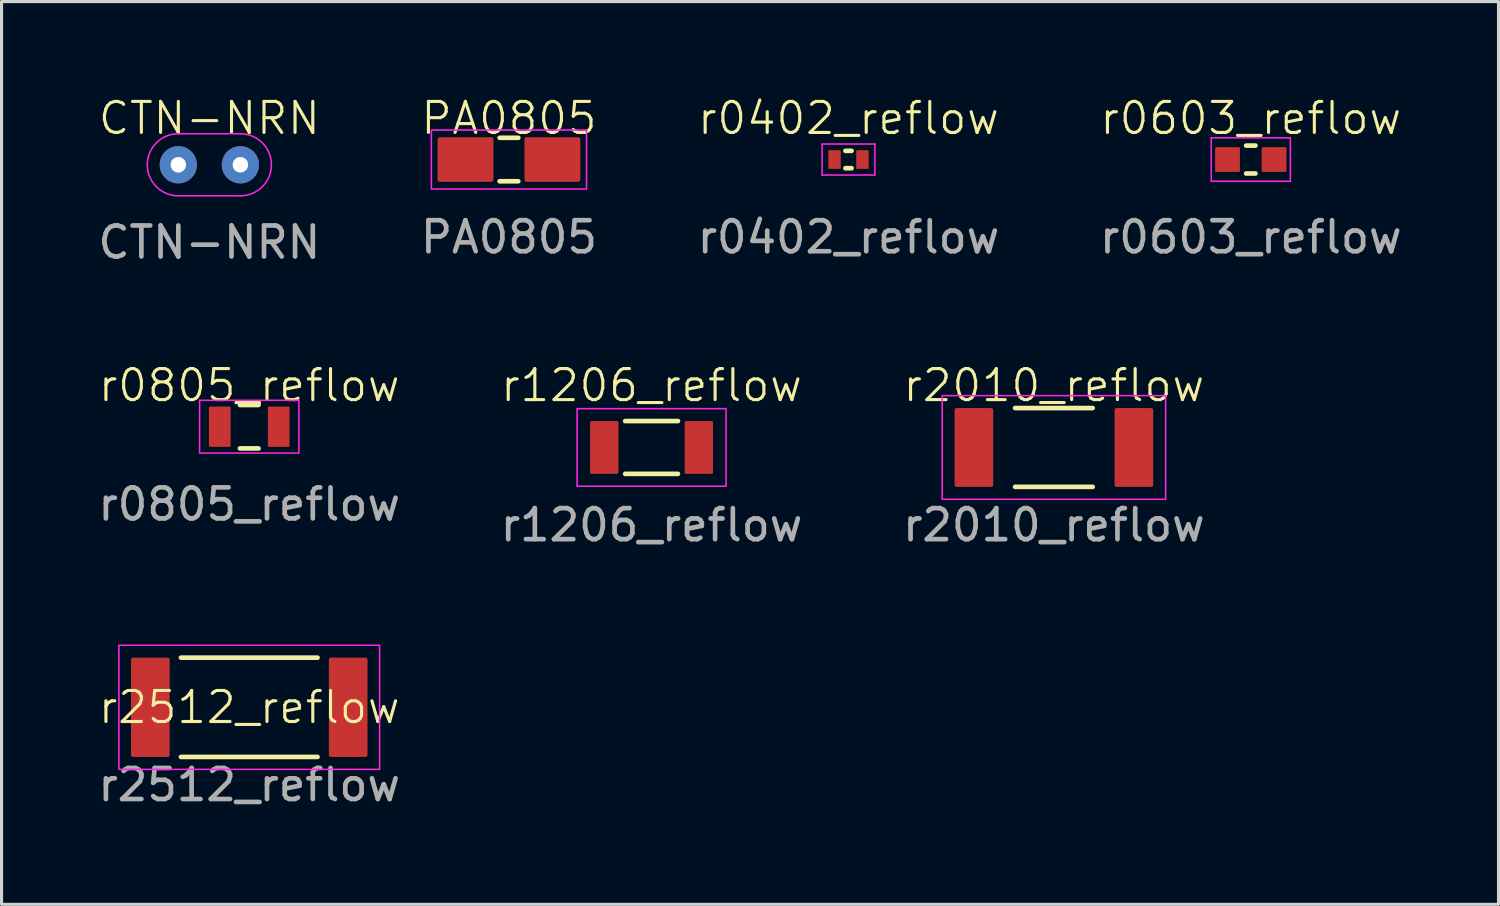
<source format=kicad_pcb>
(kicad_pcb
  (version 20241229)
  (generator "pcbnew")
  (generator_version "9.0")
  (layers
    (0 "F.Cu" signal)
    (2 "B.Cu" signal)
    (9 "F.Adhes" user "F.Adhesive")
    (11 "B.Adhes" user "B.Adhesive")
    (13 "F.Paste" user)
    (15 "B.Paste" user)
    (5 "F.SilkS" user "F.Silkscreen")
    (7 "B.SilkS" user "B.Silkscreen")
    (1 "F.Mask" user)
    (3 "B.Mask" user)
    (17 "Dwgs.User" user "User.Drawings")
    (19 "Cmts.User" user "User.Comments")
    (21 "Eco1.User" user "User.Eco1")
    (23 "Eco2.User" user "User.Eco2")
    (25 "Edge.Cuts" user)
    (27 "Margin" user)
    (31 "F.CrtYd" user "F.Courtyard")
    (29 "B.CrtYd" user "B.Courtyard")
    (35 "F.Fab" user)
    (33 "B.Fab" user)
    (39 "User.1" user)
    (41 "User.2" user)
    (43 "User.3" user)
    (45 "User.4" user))
  (footprint "r2010_reflow"
    (layer "F.Cu")
    (at 30.911 11.369)
    (property "Reference" "r2010_reflow" (at 0 -2 0) (unlocked yes) (layer "F.SilkS") (effects (font (size 1 1) (thickness 0.1))))
    (attr smd)
    (fp_line (start -1.25 -1.27) (end 1.25 -1.27) (stroke (width 0.15) (type default)) (layer "F.SilkS"))
    (fp_line (start -1.25 1.27) (end 1.25 1.27) (stroke (width 0.15) (type default)) (layer "F.SilkS"))
    (fp_rect (start -3.6 1.67) (end 3.6 -1.67) (stroke (width 0.05) (type default)) (fill no) (layer "F.CrtYd"))
    (fp_text user "${REFERENCE}" (at 0 2.5 0) (unlocked yes) (layer "F.Fab") (effects (font (size 1 1) (thickness 0.15))))
    (pad "1" smd roundrect (at -2.578 0) (size 1.245 2.54) (layers "F.Cu" "F.Mask" "F.Paste") (roundrect_rratio 0.05))
    (pad "2" smd roundrect (at 2.578 0) (size 1.245 2.54) (layers "F.Cu" "F.Mask" "F.Paste") (roundrect_rratio 0.05)))
  (footprint "r0402_reflow"
    (layer "F.Cu")
    (at 24.292 2.091)
    (property "Reference" "r0402_reflow" (at 0 -1.331 0) (unlocked yes) (layer "F.SilkS") (effects (font (size 1 1) (thickness 0.1))))
    (attr smd)
    (fp_line (start -0.1 -0.28) (end 0.1 -0.28) (stroke (width 0.15) (type default)) (layer "F.SilkS"))
    (fp_line (start -0.1 0.28) (end 0.1 0.28) (stroke (width 0.15) (type default)) (layer "F.SilkS"))
    (fp_line (start -0.85 -0.5) (end -0.85 0.5) (stroke (width 0.05) (type default)) (layer "F.CrtYd"))
    (fp_line (start -0.85 -0.5) (end 0.85 -0.5) (stroke (width 0.05) (type default)) (layer "F.CrtYd"))
    (fp_line (start -0.85 0.5) (end 0.85 0.5) (stroke (width 0.05) (type default)) (layer "F.CrtYd"))
    (fp_line (start 0.85 -0.5) (end 0.85 0.5) (stroke (width 0.05) (type default)) (layer "F.CrtYd"))
    (fp_text user "${REFERENCE}" (at 0 2.5 0) (unlocked yes) (layer "F.Fab") (effects (font (size 1 1) (thickness 0.15))))
    (pad "1" smd roundrect (at -0.45 0) (size 0.4 0.6) (layers "F.Cu" "F.Mask" "F.Paste") (roundrect_rratio 0.05))
    (pad "2" smd roundrect (at 0.45 0) (size 0.4 0.6) (layers "F.Cu" "F.Mask" "F.Paste") (roundrect_rratio 0.05)))
  (footprint "r0805_reflow"
    (layer "F.Cu")
    (at 4.982 10.7)
    (property "Reference" "r0805_reflow" (at 0 -1.331 0) (unlocked yes) (layer "F.SilkS") (effects (font (size 1 1) (thickness 0.1))))
    (attr smd)
    (fp_line (start -0.3 -0.7) (end 0.3 -0.7) (stroke (width 0.15) (type default)) (layer "F.SilkS"))
    (fp_line (start -0.3 0.7) (end 0.3 0.7) (stroke (width 0.15) (type default)) (layer "F.SilkS"))
    (fp_rect (start -1.6 0.85) (end 1.6 -0.85) (stroke (width 0.05) (type default)) (fill no) (layer "F.CrtYd"))
    (fp_text user "${REFERENCE}" (at 0 2.5 0) (unlocked yes) (layer "F.Fab") (effects (font (size 1 1) (thickness 0.15))))
    (pad "1" smd roundrect (at -0.95 0) (size 0.7 1.3) (layers "F.Cu" "F.Mask" "F.Paste") (roundrect_rratio 0.05))
    (pad "2" smd roundrect (at 0.95 0) (size 0.7 1.3) (layers "F.Cu" "F.Mask" "F.Paste") (roundrect_rratio 0.05)))
  (footprint "CTN-NRN"
    (layer "F.Cu")
    (at 3.696 2.26)
    (property "Reference" "CTN-NRN" (at 0 -1.5 0) (unlocked yes) (layer "F.SilkS") (effects (font (size 1 1) (thickness 0.1))))
    (attr through_hole)
    (fp_line (start -1 -1) (end 1 -1) (stroke (width 0.05) (type default)) (layer "F.CrtYd"))
    (fp_line (start 1 1) (end -1 1) (stroke (width 0.05) (type default)) (layer "F.CrtYd"))
    (fp_arc (start -1 1) (mid -2 0) (end -1 -1) (stroke (width 0.05) (type default)) (layer "F.CrtYd"))
    (fp_arc (start 1 -1) (mid 2 0) (end 1 1) (stroke (width 0.05) (type default)) (layer "F.CrtYd"))
    (fp_text user "${REFERENCE}" (at 0 2.5 0) (unlocked yes) (layer "F.Fab") (effects (font (size 1 1) (thickness 0.15))))
    (pad "1" thru_hole circle (at -1 0) (size 1.2 1.2) (drill 0.5) (layers "*.Cu" "*.Mask"))
    (pad "2" thru_hole circle (at 1 0) (size 1.2 1.2) (drill 0.5) (layers "*.Cu" "*.Mask")))
  (footprint "r1206_reflow"
    (layer "F.Cu")
    (at 17.946 11.369)
    (property "Reference" "r1206_reflow" (at 0 -2 0) (unlocked yes) (layer "F.SilkS") (effects (font (size 1 1) (thickness 0.1))))
    (attr smd)
    (fp_line (start -0.85 -0.851) (end 0.85 -0.851) (stroke (width 0.15) (type default)) (layer "F.SilkS"))
    (fp_line (start -0.85 0.851) (end 0.85 0.851) (stroke (width 0.15) (type default)) (layer "F.SilkS"))
    (fp_rect (start -2.4 1.25) (end 2.4 -1.25) (stroke (width 0.05) (type default)) (fill no) (layer "F.CrtYd"))
    (fp_text user "${REFERENCE}" (at 0 2.5 0) (unlocked yes) (layer "F.Fab") (effects (font (size 1 1) (thickness 0.15))))
    (pad "1" smd roundrect (at -1.524 0) (size 0.914 1.702) (layers "F.Cu" "F.Mask" "F.Paste") (roundrect_rratio 0.05))
    (pad "2" smd roundrect (at 1.524 0) (size 0.914 1.702) (layers "F.Cu" "F.Mask" "F.Paste") (roundrect_rratio 0.05)))
  (footprint "r0603_reflow"
    (layer "F.Cu")
    (at 37.256 2.091)
    (property "Reference" "r0603_reflow" (at 0 -1.331 0) (unlocked yes) (layer "F.SilkS") (effects (font (size 1 1) (thickness 0.1))))
    (attr smd)
    (fp_line (start -0.15 -0.45) (end 0.15 -0.45) (stroke (width 0.15) (type default)) (layer "F.SilkS"))
    (fp_line (start -0.15 0.45) (end 0.15 0.45) (stroke (width 0.15) (type default)) (layer "F.SilkS"))
    (fp_line (start -1.275 -0.7) (end 1.275 -0.7) (stroke (width 0.05) (type default)) (layer "F.CrtYd"))
    (fp_line (start -1.275 0.7) (end -1.275 -0.7) (stroke (width 0.05) (type default)) (layer "F.CrtYd"))
    (fp_line (start 1.275 -0.7) (end 1.275 0.7) (stroke (width 0.05) (type default)) (layer "F.CrtYd"))
    (fp_line (start 1.275 0.7) (end -1.275 0.7) (stroke (width 0.05) (type default)) (layer "F.CrtYd"))
    (fp_text user "${REFERENCE}" (at 0 2.5 0) (unlocked yes) (layer "F.Fab") (effects (font (size 1 1) (thickness 0.15))))
    (pad "1" smd roundrect (at -0.75 0) (size 0.8 0.8) (layers "F.Cu" "F.Mask" "F.Paste") (roundrect_rratio 0.05))
    (pad "2" smd roundrect (at 0.75 0) (size 0.8 0.8) (layers "F.Cu" "F.Mask" "F.Paste") (roundrect_rratio 0.05)))
  (footprint "r2512_reflow"
    (layer "F.Cu")
    (at 4.982 19.742)
    (property "Reference" "r2512_reflow" (at 0 0 0) (unlocked yes) (layer "F.SilkS") (effects (font (size 1 1) (thickness 0.1))))
    (attr smd)
    (fp_line (start -2.2 -1.6) (end 2.2 -1.6) (stroke (width 0.15) (type default)) (layer "F.SilkS"))
    (fp_line (start -2.2 1.6) (end 2.2 1.6) (stroke (width 0.15) (type default)) (layer "F.SilkS"))
    (fp_rect (start -4.2 2) (end 4.2 -2) (stroke (width 0.05) (type default)) (fill no) (layer "F.CrtYd"))
    (fp_text user "${REFERENCE}" (at 0 2.5 0) (unlocked yes) (layer "F.Fab") (effects (font (size 1 1) (thickness 0.15))))
    (pad "1" smd roundrect (at -3.188 0) (size 1.245 3.2) (layers "F.Cu" "F.Mask" "F.Paste") (roundrect_rratio 0.05))
    (pad "2" smd roundrect (at 3.188 0) (size 1.245 3.2) (layers "F.Cu" "F.Mask" "F.Paste") (roundrect_rratio 0.05)))
  (footprint "PA0805"
    (layer "F.Cu")
    (at 13.351 2.091)
    (property "Reference" "PA0805" (at 0 -1.331 0) (unlocked yes) (layer "F.SilkS") (effects (font (size 1 1) (thickness 0.1))))
    (attr smd)
    (fp_line (start -0.3 -0.7) (end 0.3 -0.7) (stroke (width 0.15) (type default)) (layer "F.SilkS"))
    (fp_line (start -0.3 0.7) (end 0.3 0.7) (stroke (width 0.15) (type default)) (layer "F.SilkS"))
    (fp_rect (start -2.5 0.95) (end 2.5 -0.95) (stroke (width 0.05) (type default)) (fill no) (layer "F.CrtYd"))
    (fp_text user "${REFERENCE}" (at 0 2.5 0) (unlocked yes) (layer "F.Fab") (effects (font (size 1 1) (thickness 0.15))))
    (pad "1" smd roundrect (at -1.4 0) (size 1.8 1.44) (layers "F.Cu" "F.Mask" "F.Paste") (roundrect_rratio 0.05))
    (pad "2" smd roundrect (at 1.4 0) (size 1.8 1.44) (layers "F.Cu" "F.Mask" "F.Paste") (roundrect_rratio 0.05)))
  (gr_rect
    (start -3 -3)
    (end 45.238 26.091)
    (stroke (width 0.1) (type default))
    (fill no)
    (layer "Edge.Cuts")))
</source>
